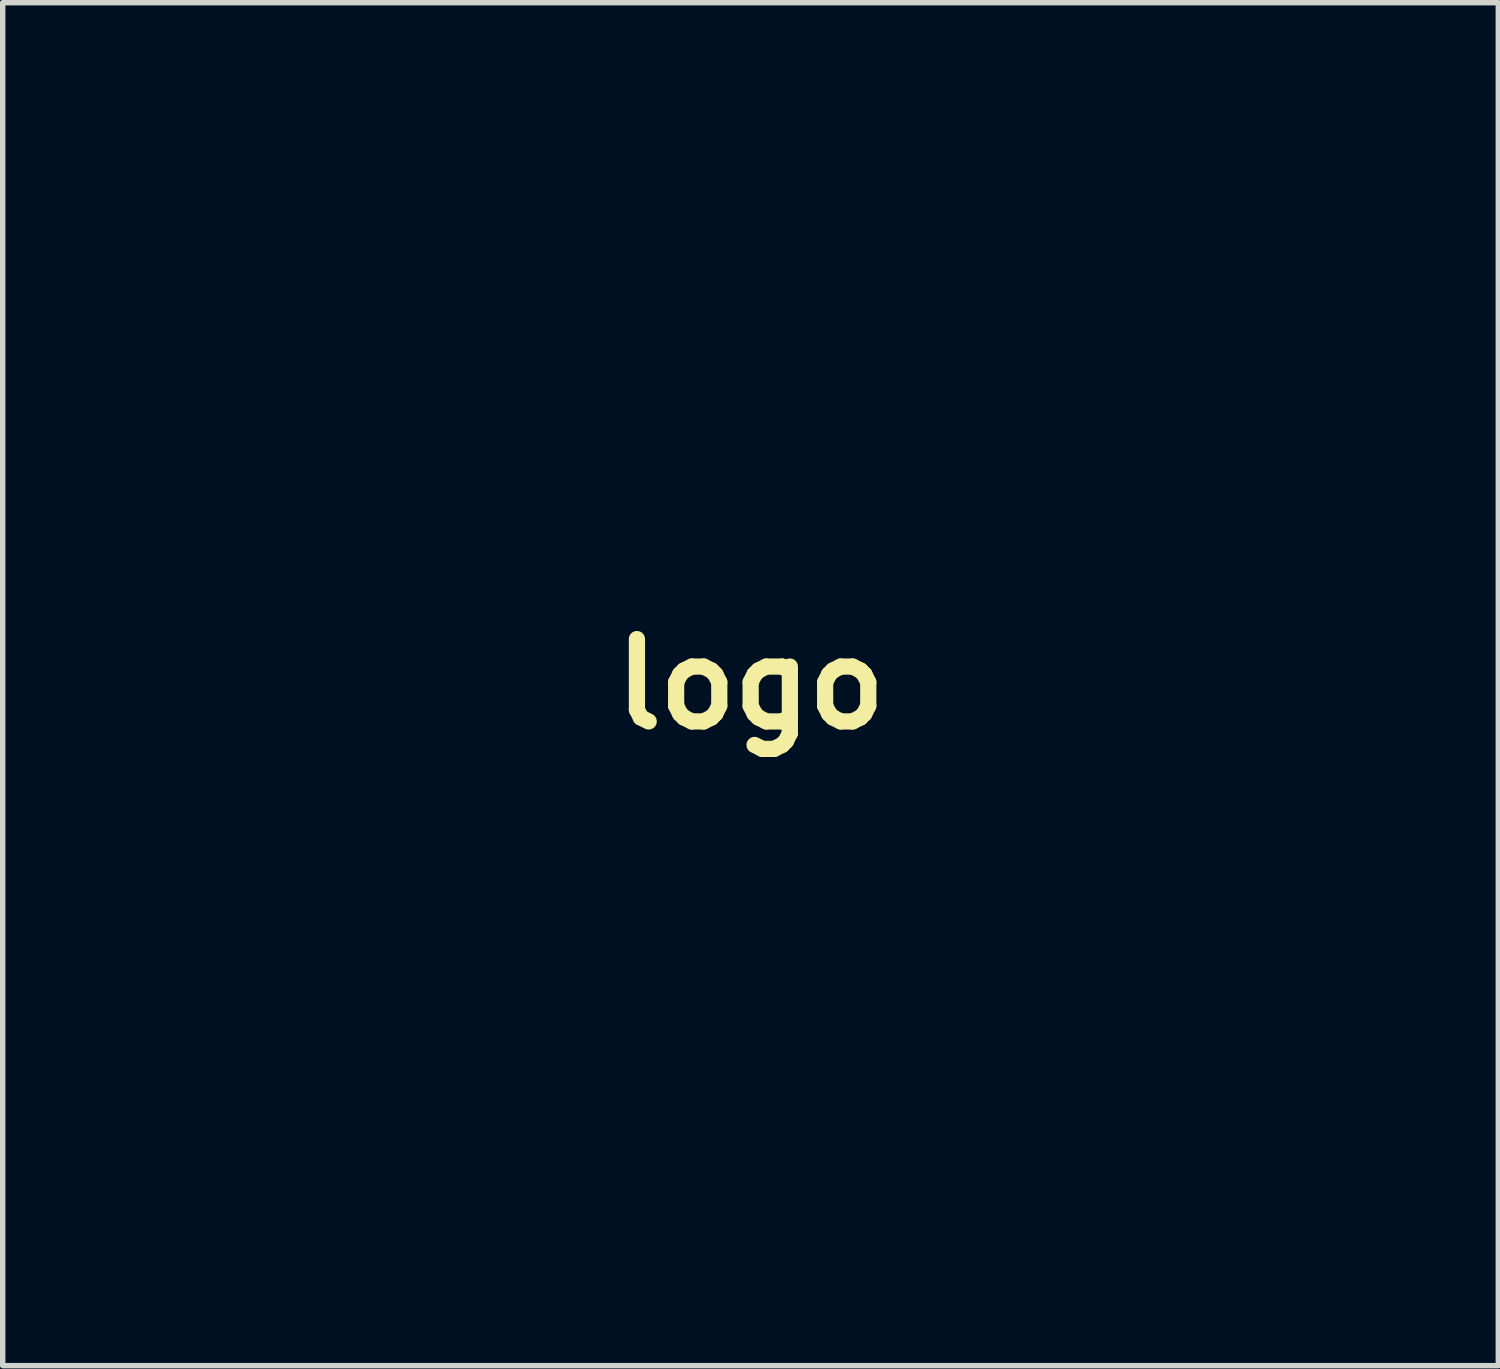
<source format=kicad_pcb>
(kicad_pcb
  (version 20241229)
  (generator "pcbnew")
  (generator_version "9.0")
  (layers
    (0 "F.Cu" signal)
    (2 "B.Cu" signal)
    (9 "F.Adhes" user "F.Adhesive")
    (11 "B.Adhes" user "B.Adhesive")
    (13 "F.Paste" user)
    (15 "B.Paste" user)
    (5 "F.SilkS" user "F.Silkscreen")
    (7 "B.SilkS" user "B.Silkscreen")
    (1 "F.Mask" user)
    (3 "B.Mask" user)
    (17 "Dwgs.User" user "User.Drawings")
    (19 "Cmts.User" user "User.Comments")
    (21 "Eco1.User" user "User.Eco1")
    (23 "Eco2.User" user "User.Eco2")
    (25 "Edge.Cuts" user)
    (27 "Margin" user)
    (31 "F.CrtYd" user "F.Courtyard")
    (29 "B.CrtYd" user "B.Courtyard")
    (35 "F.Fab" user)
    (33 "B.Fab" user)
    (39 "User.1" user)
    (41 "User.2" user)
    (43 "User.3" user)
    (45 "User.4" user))
  (footprint "logo"
    (layer "F.Cu")
    (at 10.843 9.613)
    (property "Reference" "logo" (at 0 0 0) (layer "F.SilkS") (effects (font (size 1.524 1.524) (thickness 0.3))))
    (attr through_hole)
    (fp_poly (pts (xy -8.717 4.742) (xy -8.59 4.817) (xy -8.565 4.843) (xy -8.483 4.972) (xy -8.479 5.091) (xy -8.55 5.217) (xy -8.666 5.32) (xy -8.806 5.35) (xy -8.879 5.343) (xy -8.99 5.287) (xy -9.071 5.174) (xy -9.102 5.033) (xy -9.067 4.887) (xy -8.977 4.785) (xy -8.853 4.734) (xy -8.717 4.742)) (stroke (width 0.01) (type solid)) (fill no) (layer "Eco2.User"))
    (fp_poly (pts (xy -8.604 3.764) (xy -8.514 3.88) (xy -8.472 4.004) (xy -8.488 4.104) (xy -8.554 4.206) (xy -8.672 4.295) (xy -8.817 4.32) (xy -8.958 4.278) (xy -9.017 4.233) (xy -9.085 4.115) (xy -9.102 4.007) (xy -9.067 3.864) (xy -8.979 3.763) (xy -8.858 3.71) (xy -8.726 3.709) (xy -8.604 3.764)) (stroke (width 0.01) (type solid)) (fill no) (layer "Eco2.User"))
    (fp_poly (pts (xy -6.05 4.742) (xy -5.923 4.817) (xy -5.898 4.843) (xy -5.816 4.972) (xy -5.812 5.091) (xy -5.883 5.217) (xy -5.999 5.32) (xy -6.139 5.35) (xy -6.212 5.343) (xy -6.323 5.287) (xy -6.404 5.174) (xy -6.435 5.033) (xy -6.4 4.887) (xy -6.31 4.785) (xy -6.186 4.734) (xy -6.05 4.742)) (stroke (width 0.01) (type solid)) (fill no) (layer "Eco2.User"))
    (fp_poly (pts (xy -5.937 3.764) (xy -5.847 3.88) (xy -5.805 4.004) (xy -5.821 4.104) (xy -5.887 4.206) (xy -6.005 4.295) (xy -6.15 4.32) (xy -6.291 4.278) (xy -6.35 4.233) (xy -6.418 4.115) (xy -6.435 4.007) (xy -6.4 3.864) (xy -6.312 3.763) (xy -6.191 3.71) (xy -6.059 3.709) (xy -5.937 3.764)) (stroke (width 0.01) (type solid)) (fill no) (layer "Eco2.User"))
    (fp_poly (pts (xy -6.953 -0.813) (xy -6.865 -0.749) (xy -6.787 -0.617) (xy -6.779 -0.482) (xy -6.83 -0.361) (xy -6.928 -0.267) (xy -7.06 -0.215) (xy -7.215 -0.222) (xy -7.272 -0.24) (xy -7.345 -0.307) (xy -7.403 -0.421) (xy -7.43 -0.546) (xy -7.426 -0.614) (xy -7.356 -0.741) (xy -7.237 -0.82) (xy -7.094 -0.846) (xy -6.953 -0.813)) (stroke (width 0.01) (type solid)) (fill no) (layer "Eco2.User"))
    (fp_poly (pts (xy -7.368 3.704) (xy -7.266 3.771) (xy -7.177 3.889) (xy -7.153 4.034) (xy -7.194 4.175) (xy -7.239 4.233) (xy -7.367 4.308) (xy -7.514 4.315) (xy -7.649 4.258) (xy -7.702 4.206) (xy -7.762 4.114) (xy -7.789 4.042) (xy -7.789 4.039) (xy -7.755 3.908) (xy -7.671 3.787) (xy -7.592 3.73) (xy -7.468 3.688) (xy -7.368 3.704)) (stroke (width 0.01) (type solid)) (fill no) (layer "Eco2.User"))
    (fp_poly (pts (xy -7.303 4.769) (xy -7.204 4.861) (xy -7.156 4.998) (xy -7.154 5.033) (xy -7.19 5.187) (xy -7.283 5.296) (xy -7.416 5.348) (xy -7.566 5.33) (xy -7.668 5.26) (xy -7.752 5.15) (xy -7.789 5.037) (xy -7.789 5.031) (xy -7.763 4.951) (xy -7.699 4.853) (xy -7.691 4.843) (xy -7.568 4.753) (xy -7.431 4.731) (xy -7.303 4.769)) (stroke (width 0.01) (type solid)) (fill no) (layer "Eco2.User"))
    (fp_poly (pts (xy -7.298 5.797) (xy -7.239 5.842) (xy -7.165 5.97) (xy -7.157 6.117) (xy -7.214 6.252) (xy -7.266 6.305) (xy -7.392 6.377) (xy -7.515 6.377) (xy -7.605 6.343) (xy -7.697 6.262) (xy -7.767 6.139) (xy -7.789 6.036) (xy -7.765 5.966) (xy -7.705 5.874) (xy -7.702 5.869) (xy -7.584 5.78) (xy -7.439 5.756) (xy -7.298 5.797)) (stroke (width 0.01) (type solid)) (fill no) (layer "Eco2.User"))
    (fp_poly (pts (xy -8.715 5.766) (xy -8.592 5.829) (xy -8.554 5.869) (xy -8.494 5.962) (xy -8.467 6.034) (xy -8.467 6.036) (xy -8.501 6.168) (xy -8.585 6.288) (xy -8.664 6.345) (xy -8.756 6.382) (xy -8.826 6.382) (xy -8.919 6.35) (xy -9.032 6.261) (xy -9.094 6.119) (xy -9.102 6.035) (xy -9.066 5.903) (xy -8.975 5.81) (xy -8.85 5.762) (xy -8.715 5.766)) (stroke (width 0.01) (type solid)) (fill no) (layer "Eco2.User"))
    (fp_poly (pts (xy -5.94 5.817) (xy -5.887 5.869) (xy -5.827 5.962) (xy -5.8 6.034) (xy -5.8 6.036) (xy -5.834 6.168) (xy -5.918 6.288) (xy -5.997 6.345) (xy -6.09 6.382) (xy -6.159 6.383) (xy -6.223 6.362) (xy -6.35 6.277) (xy -6.423 6.151) (xy -6.434 6.009) (xy -6.378 5.875) (xy -6.35 5.842) (xy -6.222 5.768) (xy -6.075 5.76) (xy -5.94 5.817)) (stroke (width 0.01) (type solid)) (fill no) (layer "Eco2.User"))
    (fp_poly (pts (xy -5.904 7.385) (xy -5.82 7.493) (xy -5.806 7.598) (xy -5.847 7.719) (xy -5.874 7.77) (xy -5.91 7.812) (xy -5.963 7.845) (xy -6.041 7.87) (xy -6.154 7.888) (xy -6.31 7.901) (xy -6.517 7.909) (xy -6.783 7.914) (xy -7.118 7.916) (xy -7.497 7.916) (xy -8.894 7.916) (xy -8.998 7.812) (xy -9.084 7.677) (xy -9.094 7.532) (xy -9.028 7.399) (xy -9.004 7.373) (xy -8.975 7.349) (xy -8.943 7.329) (xy -8.897 7.313) (xy -8.829 7.302) (xy -8.729 7.293) (xy -8.59 7.288) (xy -8.402 7.284) (xy -8.155 7.282) (xy -7.842 7.281) (xy -7.457 7.281) (xy -6.007 7.281) (xy -5.904 7.385)) (stroke (width 0.01) (type solid)) (fill no) (layer "Eco2.User"))
    (fp_poly (pts (xy 8.24 7.39) (xy 8.315 7.485) (xy 8.33 7.582) (xy 8.323 7.633) (xy 8.277 7.754) (xy 8.208 7.842) (xy 8.191 7.854) (xy 8.165 7.864) (xy 8.125 7.873) (xy 8.068 7.88) (xy 7.987 7.887) (xy 7.88 7.893) (xy 7.741 7.898) (xy 7.566 7.903) (xy 7.349 7.906) (xy 7.088 7.909) (xy 6.776 7.911) (xy 6.409 7.913) (xy 5.984 7.914) (xy 5.494 7.915) (xy 4.936 7.916) (xy 4.305 7.916) (xy 3.597 7.916) (xy 3.168 7.916) (xy -1.782 7.916) (xy -1.886 7.812) (xy -1.973 7.678) (xy -1.976 7.534) (xy -1.902 7.393) (xy -1.814 7.281) (xy 8.132 7.281) (xy 8.24 7.39)) (stroke (width 0.01) (type solid)) (fill no) (layer "Eco2.User"))
    (fp_poly (pts (xy -4.126 0.443) (xy -4.038 0.58) (xy -4.026 0.724) (xy -4.086 0.855) (xy -4.212 0.956) (xy -4.25 0.972) (xy -4.329 0.986) (xy -4.479 0.997) (xy -4.687 1.006) (xy -4.941 1.012) (xy -5.228 1.016) (xy -5.536 1.018) (xy -5.852 1.017) (xy -6.164 1.014) (xy -6.459 1.009) (xy -6.724 1.002) (xy -6.948 0.992) (xy -7.117 0.981) (xy -7.219 0.967) (xy -7.239 0.961) (xy -7.361 0.86) (xy -7.421 0.722) (xy -7.409 0.574) (xy -7.407 0.568) (xy -7.384 0.51) (xy -7.358 0.463) (xy -7.32 0.425) (xy -7.263 0.397) (xy -7.177 0.375) (xy -7.054 0.36) (xy -6.887 0.35) (xy -6.666 0.344) (xy -6.383 0.341) (xy -6.03 0.34) (xy -5.724 0.34) (xy -4.229 0.339) (xy -4.126 0.443)) (stroke (width 0.01) (type solid)) (fill no) (layer "Eco2.User"))
    (fp_poly (pts (xy -3.715 3.312) (xy -3.536 3.347) (xy -3.499 3.36) (xy -3.261 3.503) (xy -3.065 3.707) (xy -2.923 3.954) (xy -2.847 4.225) (xy -2.837 4.36) (xy -2.875 4.645) (xy -2.982 4.897) (xy -3.147 5.108) (xy -3.356 5.27) (xy -3.599 5.376) (xy -3.863 5.418) (xy -4.138 5.39) (xy -4.339 5.319) (xy -4.57 5.172) (xy -4.763 4.971) (xy -4.89 4.756) (xy -4.938 4.566) (xy -4.946 4.424) (xy -4.313 4.424) (xy -4.26 4.568) (xy -4.14 4.695) (xy -4.114 4.713) (xy -3.96 4.765) (xy -3.792 4.75) (xy -3.639 4.673) (xy -3.616 4.653) (xy -3.518 4.512) (xy -3.485 4.349) (xy -3.516 4.19) (xy -3.606 4.056) (xy -3.687 3.999) (xy -3.86 3.945) (xy -4.017 3.961) (xy -4.15 4.031) (xy -4.249 4.141) (xy -4.306 4.277) (xy -4.313 4.424) (xy -4.946 4.424) (xy -4.951 4.338) (xy -4.929 4.11) (xy -4.875 3.921) (xy -4.872 3.916) (xy -4.754 3.73) (xy -4.586 3.553) (xy -4.399 3.413) (xy -4.309 3.368) (xy -4.139 3.323) (xy -3.929 3.305) (xy -3.715 3.312)) (stroke (width 0.01) (type solid)) (fill no) (layer "Eco2.User"))
    (fp_poly (pts (xy -3.534 6.035) (xy -3.299 6.157) (xy -3.1 6.332) (xy -2.949 6.555) (xy -2.859 6.816) (xy -2.838 7.027) (xy -2.877 7.304) (xy -2.988 7.564) (xy -3.159 7.791) (xy -3.378 7.966) (xy -3.499 8.027) (xy -3.675 8.071) (xy -3.892 8.084) (xy -4.114 8.066) (xy -4.304 8.02) (xy -4.339 8.005) (xy -4.525 7.887) (xy -4.702 7.719) (xy -4.842 7.532) (xy -4.887 7.441) (xy -4.937 7.249) (xy -4.947 7.076) (xy -4.312 7.076) (xy -4.272 7.221) (xy -4.183 7.34) (xy -4.054 7.419) (xy -3.897 7.446) (xy -3.722 7.406) (xy -3.687 7.389) (xy -3.558 7.284) (xy -3.493 7.147) (xy -3.486 6.996) (xy -3.532 6.851) (xy -3.627 6.729) (xy -3.764 6.649) (xy -3.901 6.627) (xy -4.031 6.641) (xy -4.129 6.698) (xy -4.195 6.764) (xy -4.29 6.92) (xy -4.312 7.076) (xy -4.947 7.076) (xy -4.951 7.017) (xy -4.928 6.785) (xy -4.904 6.683) (xy -4.807 6.482) (xy -4.649 6.29) (xy -4.453 6.131) (xy -4.342 6.069) (xy -4.067 5.984) (xy -3.794 5.975) (xy -3.534 6.035)) (stroke (width 0.01) (type solid)) (fill no) (layer "Eco2.User"))
    (fp_poly (pts (xy 6.966 3.312) (xy 7.248 3.37) (xy 7.292 3.386) (xy 7.547 3.519) (xy 7.79 3.713) (xy 7.995 3.945) (xy 8.116 4.141) (xy 8.173 4.268) (xy 8.208 4.382) (xy 8.227 4.512) (xy 8.233 4.685) (xy 8.234 4.784) (xy 8.231 4.985) (xy 8.218 5.131) (xy 8.191 5.249) (xy 8.144 5.367) (xy 8.116 5.427) (xy 7.962 5.665) (xy 7.754 5.887) (xy 7.517 6.068) (xy 7.301 6.178) (xy 7.036 6.244) (xy 6.742 6.264) (xy 6.455 6.237) (xy 6.249 6.181) (xy 5.982 6.05) (xy 5.755 5.887) (xy 5.617 5.742) (xy 5.43 5.434) (xy 5.32 5.11) (xy 5.292 4.861) (xy 5.937 4.861) (xy 5.983 5.079) (xy 6.083 5.279) (xy 6.238 5.445) (xy 6.449 5.564) (xy 6.462 5.569) (xy 6.702 5.623) (xy 6.93 5.603) (xy 7.147 5.52) (xy 7.354 5.375) (xy 7.499 5.188) (xy 7.582 4.973) (xy 7.603 4.745) (xy 7.562 4.52) (xy 7.458 4.313) (xy 7.292 4.138) (xy 7.147 4.047) (xy 6.936 3.963) (xy 6.743 3.941) (xy 6.53 3.976) (xy 6.51 3.981) (xy 6.29 4.081) (xy 6.122 4.233) (xy 6.007 4.423) (xy 5.946 4.637) (xy 5.937 4.861) (xy 5.292 4.861) (xy 5.283 4.78) (xy 5.317 4.457) (xy 5.42 4.149) (xy 5.59 3.869) (xy 5.824 3.628) (xy 6.105 3.444) (xy 6.364 3.351) (xy 6.661 3.306) (xy 6.966 3.312)) (stroke (width 0.01) (type solid)) (fill no) (layer "Eco2.User"))
    (fp_poly (pts (xy -0.282 3.326) (xy -0.137 3.337) (xy -0.026 3.36) (xy 0.077 3.4) (xy 0.153 3.438) (xy 0.457 3.635) (xy 0.689 3.872) (xy 0.858 4.16) (xy 0.959 4.462) (xy 1 4.797) (xy 0.962 5.125) (xy 0.851 5.435) (xy 0.671 5.714) (xy 0.428 5.951) (xy 0.204 6.097) (xy 0.055 6.171) (xy -0.073 6.216) (xy -0.214 6.24) (xy -0.402 6.251) (xy -0.423 6.252) (xy -0.703 6.248) (xy -0.922 6.217) (xy -0.974 6.202) (xy -1.247 6.072) (xy -1.498 5.874) (xy -1.711 5.624) (xy -1.871 5.34) (xy -1.932 5.173) (xy -1.984 4.849) (xy -1.979 4.784) (xy -1.326 4.784) (xy -1.298 5.026) (xy -1.207 5.227) (xy -1.067 5.39) (xy -0.856 5.535) (xy -0.616 5.607) (xy -0.363 5.604) (xy -0.112 5.523) (xy -0.098 5.516) (xy 0.025 5.429) (xy 0.148 5.306) (xy 0.191 5.253) (xy 0.261 5.141) (xy 0.3 5.039) (xy 0.315 4.911) (xy 0.318 4.784) (xy 0.313 4.616) (xy 0.291 4.499) (xy 0.245 4.397) (xy 0.191 4.315) (xy 0.01 4.125) (xy -0.206 4.003) (xy -0.442 3.951) (xy -0.683 3.971) (xy -0.913 4.065) (xy -1.04 4.157) (xy -1.205 4.337) (xy -1.296 4.534) (xy -1.326 4.772) (xy -1.326 4.784) (xy -1.979 4.784) (xy -1.958 4.524) (xy -1.862 4.21) (xy -1.701 3.922) (xy -1.48 3.672) (xy -1.207 3.475) (xy -1.155 3.447) (xy -1.033 3.389) (xy -0.926 3.353) (xy -0.808 3.333) (xy -0.654 3.325) (xy -0.487 3.324) (xy -0.282 3.326)) (stroke (width 0.01) (type solid)) (fill no) (layer "Eco2.User"))
    (fp_poly (pts (xy 3.538 3.354) (xy 3.774 3.436) (xy 4.044 3.604) (xy 4.284 3.836) (xy 4.473 4.112) (xy 4.481 4.126) (xy 4.532 4.232) (xy 4.565 4.331) (xy 4.584 4.446) (xy 4.592 4.601) (xy 4.593 4.784) (xy 4.591 4.992) (xy 4.582 5.14) (xy 4.562 5.251) (xy 4.526 5.349) (xy 4.48 5.442) (xy 4.3 5.709) (xy 4.067 5.941) (xy 3.805 6.115) (xy 3.768 6.134) (xy 3.512 6.218) (xy 3.219 6.258) (xy 2.923 6.252) (xy 2.654 6.199) (xy 2.593 6.178) (xy 2.361 6.052) (xy 2.132 5.868) (xy 1.933 5.65) (xy 1.79 5.427) (xy 1.733 5.299) (xy 1.698 5.185) (xy 1.679 5.055) (xy 1.673 4.882) (xy 1.672 4.799) (xy 2.295 4.799) (xy 2.326 5.03) (xy 2.404 5.2) (xy 2.534 5.367) (xy 2.69 5.504) (xy 2.845 5.585) (xy 3.086 5.621) (xy 3.333 5.595) (xy 3.556 5.512) (xy 3.61 5.478) (xy 3.797 5.303) (xy 3.917 5.093) (xy 3.972 4.864) (xy 3.963 4.631) (xy 3.892 4.409) (xy 3.761 4.213) (xy 3.57 4.057) (xy 3.462 4.003) (xy 3.215 3.94) (xy 2.977 3.952) (xy 2.759 4.03) (xy 2.571 4.163) (xy 2.424 4.342) (xy 2.328 4.557) (xy 2.295 4.799) (xy 1.672 4.799) (xy 1.672 4.784) (xy 1.675 4.582) (xy 1.688 4.436) (xy 1.715 4.319) (xy 1.762 4.201) (xy 1.79 4.141) (xy 1.949 3.895) (xy 2.164 3.669) (xy 2.412 3.486) (xy 2.614 3.386) (xy 2.905 3.316) (xy 3.223 3.306) (xy 3.538 3.354)) (stroke (width 0.01) (type solid)) (fill no) (layer "Eco2.User"))
    (fp_poly (pts (xy -10.323 -4.364) (xy -10.223 -4.283) (xy -10.202 2.201) (xy -10.181 8.685) (xy -10.023 8.83) (xy -9.865 8.975) (xy 9.852 8.975) (xy 9.965 8.886) (xy 10.027 8.835) (xy 10.078 8.783) (xy 10.118 8.721) (xy 10.148 8.64) (xy 10.17 8.531) (xy 10.185 8.384) (xy 10.195 8.191) (xy 10.2 7.942) (xy 10.202 7.627) (xy 10.202 7.237) (xy 10.202 7.202) (xy 10.203 6.869) (xy 10.206 6.562) (xy 10.209 6.29) (xy 10.214 6.065) (xy 10.22 5.898) (xy 10.226 5.799) (xy 10.23 5.777) (xy 10.301 5.695) (xy 10.421 5.64) (xy 10.556 5.624) (xy 10.627 5.637) (xy 10.682 5.659) (xy 10.727 5.687) (xy 10.762 5.731) (xy 10.789 5.798) (xy 10.809 5.896) (xy 10.822 6.034) (xy 10.83 6.221) (xy 10.833 6.464) (xy 10.833 6.771) (xy 10.83 7.152) (xy 10.829 7.325) (xy 10.816 8.784) (xy 10.691 9.01) (xy 10.593 9.159) (xy 10.477 9.296) (xy 10.409 9.359) (xy 10.377 9.386) (xy 10.351 9.411) (xy 10.325 9.435) (xy 10.299 9.456) (xy 10.267 9.475) (xy 10.228 9.493) (xy 10.177 9.509) (xy 10.112 9.524) (xy 10.03 9.537) (xy 9.926 9.549) (xy 9.798 9.559) (xy 9.643 9.568) (xy 9.458 9.576) (xy 9.239 9.583) (xy 8.982 9.589) (xy 8.686 9.594) (xy 8.346 9.598) (xy 7.959 9.601) (xy 7.522 9.603) (xy 7.032 9.605) (xy 6.486 9.607) (xy 5.88 9.608) (xy 5.211 9.608) (xy 4.477 9.608) (xy 3.672 9.608) (xy 2.796 9.608) (xy 1.843 9.607) (xy 0.811 9.607) (xy -0.016 9.606) (xy -1.165 9.606) (xy -2.231 9.605) (xy -3.218 9.604) (xy -4.127 9.603) (xy -4.96 9.602) (xy -5.721 9.6) (xy -6.412 9.599) (xy -7.034 9.597) (xy -7.591 9.594) (xy -8.084 9.592) (xy -8.516 9.589) (xy -8.89 9.585) (xy -9.208 9.582) (xy -9.471 9.578) (xy -9.683 9.573) (xy -9.846 9.569) (xy -9.963 9.564) (xy -10.034 9.558) (xy -10.062 9.554) (xy -10.317 9.418) (xy -10.54 9.221) (xy -10.689 9.014) (xy -10.816 8.784) (xy -10.827 2.274) (xy -10.838 -4.236) (xy -10.734 -4.341) (xy -10.598 -4.428) (xy -10.454 -4.433) (xy -10.323 -4.364)) (stroke (width 0.01) (type solid)) (fill no) (layer "Eco2.User"))
    (fp_poly (pts (xy 5.385 -9.608) (xy 6.037 -9.607) (xy 6.628 -9.606) (xy 7.16 -9.605) (xy 7.636 -9.603) (xy 8.06 -9.6) (xy 8.435 -9.597) (xy 8.764 -9.593) (xy 9.05 -9.587) (xy 9.297 -9.581) (xy 9.507 -9.574) (xy 9.685 -9.566) (xy 9.833 -9.557) (xy 9.954 -9.546) (xy 10.052 -9.534) (xy 10.13 -9.52) (xy 10.191 -9.505) (xy 10.239 -9.489) (xy 10.276 -9.471) (xy 10.306 -9.451) (xy 10.332 -9.429) (xy 10.357 -9.405) (xy 10.385 -9.38) (xy 10.409 -9.359) (xy 10.52 -9.249) (xy 10.633 -9.103) (xy 10.691 -9.01) (xy 10.816 -8.784) (xy 10.828 -2.117) (xy 10.829 -1.18) (xy 10.83 -0.326) (xy 10.831 0.449) (xy 10.831 1.149) (xy 10.83 1.775) (xy 10.829 2.33) (xy 10.827 2.819) (xy 10.825 3.242) (xy 10.822 3.604) (xy 10.819 3.907) (xy 10.815 4.153) (xy 10.81 4.347) (xy 10.805 4.49) (xy 10.799 4.585) (xy 10.793 4.636) (xy 10.79 4.644) (xy 10.692 4.747) (xy 10.552 4.79) (xy 10.397 4.767) (xy 10.386 4.762) (xy 10.288 4.704) (xy 10.23 4.638) (xy 10.23 4.637) (xy 10.227 4.587) (xy 10.224 4.457) (xy 10.221 4.252) (xy 10.218 3.976) (xy 10.216 3.634) (xy 10.213 3.23) (xy 10.211 2.769) (xy 10.209 2.256) (xy 10.207 1.695) (xy 10.206 1.091) (xy 10.204 0.449) (xy 10.203 -0.227) (xy 10.203 -0.933) (xy 10.202 -1.663) (xy 10.202 -1.995) (xy 10.202 -2.877) (xy 10.203 -3.679) (xy 10.203 -4.404) (xy 10.202 -5.055) (xy 10.202 -5.639) (xy 10.201 -6.157) (xy 10.199 -6.614) (xy 10.196 -7.014) (xy 10.193 -7.362) (xy 10.189 -7.66) (xy 10.183 -7.914) (xy 10.176 -8.126) (xy 10.167 -8.301) (xy 10.157 -8.443) (xy 10.146 -8.555) (xy 10.132 -8.643) (xy 10.116 -8.709) (xy 10.099 -8.758) (xy 10.078 -8.793) (xy 10.056 -8.819) (xy 10.031 -8.84) (xy 10.003 -8.859) (xy 9.973 -8.88) (xy 9.965 -8.886) (xy 9.852 -8.975) (xy -9.865 -8.975) (xy -10.023 -8.83) (xy -10.181 -8.685) (xy -10.202 -7.056) (xy -10.208 -6.64) (xy -10.213 -6.301) (xy -10.219 -6.03) (xy -10.225 -5.818) (xy -10.232 -5.658) (xy -10.241 -5.541) (xy -10.252 -5.459) (xy -10.266 -5.403) (xy -10.283 -5.366) (xy -10.304 -5.339) (xy -10.304 -5.338) (xy -10.425 -5.261) (xy -10.565 -5.252) (xy -10.697 -5.31) (xy -10.751 -5.363) (xy -10.774 -5.394) (xy -10.792 -5.428) (xy -10.807 -5.475) (xy -10.818 -5.542) (xy -10.826 -5.639) (xy -10.831 -5.772) (xy -10.833 -5.952) (xy -10.834 -6.185) (xy -10.833 -6.481) (xy -10.831 -6.847) (xy -10.829 -7.131) (xy -10.816 -8.784) (xy -10.689 -9.014) (xy -10.517 -9.247) (xy -10.289 -9.438) (xy -10.062 -9.554) (xy -10.025 -9.559) (xy -9.946 -9.565) (xy -9.822 -9.57) (xy -9.651 -9.574) (xy -9.431 -9.578) (xy -9.159 -9.582) (xy -8.832 -9.586) (xy -8.448 -9.589) (xy -8.006 -9.592) (xy -7.502 -9.595) (xy -6.935 -9.597) (xy -6.301 -9.599) (xy -5.599 -9.601) (xy -4.826 -9.602) (xy -3.98 -9.604) (xy -3.059 -9.605) (xy -2.059 -9.605) (xy -0.979 -9.606) (xy -0.016 -9.606) (xy 1.077 -9.607) (xy 2.089 -9.607) (xy 3.022 -9.608) (xy 3.88 -9.608) (xy 4.667 -9.608) (xy 5.385 -9.608)) (stroke (width 0.01) (type solid)) (fill no) (layer "Eco2.User"))
    (fp_poly (pts (xy 8.99 -7.786) (xy 9.102 -7.699) (xy 9.102 2.398) (xy 9.004 2.49) (xy 8.978 2.513) (xy 8.948 2.532) (xy 8.906 2.547) (xy 8.844 2.559) (xy 8.753 2.567) (xy 8.626 2.574) (xy 8.454 2.578) (xy 8.229 2.58) (xy 7.944 2.582) (xy 7.589 2.582) (xy 7.202 2.582) (xy 6.76 2.581) (xy 6.372 2.578) (xy 6.042 2.573) (xy 5.776 2.567) (xy 5.579 2.558) (xy 5.457 2.548) (xy 5.419 2.54) (xy 5.353 2.473) (xy 5.297 2.365) (xy 5.292 2.352) (xy 5.271 2.189) (xy 5.326 2.061) (xy 5.417 1.991) (xy 5.483 1.978) (xy 5.629 1.968) (xy 5.85 1.959) (xy 6.142 1.953) (xy 6.499 1.949) (xy 6.916 1.947) (xy 6.982 1.947) (xy 8.467 1.947) (xy 8.467 -3.344) (xy 7.501 -3.344) (xy 7.14 -3.346) (xy 6.851 -3.351) (xy 6.623 -3.365) (xy 6.443 -3.388) (xy 6.298 -3.425) (xy 6.178 -3.479) (xy 6.068 -3.552) (xy 5.958 -3.647) (xy 5.859 -3.743) (xy 5.76 -3.844) (xy 5.686 -3.929) (xy 5.627 -4.015) (xy 5.576 -4.119) (xy 5.522 -4.259) (xy 5.458 -4.451) (xy 5.406 -4.617) (xy 5.296 -4.94) (xy 5.196 -5.196) (xy 5.106 -5.381) (xy 5.03 -5.491) (xy 4.972 -5.522) (xy 4.916 -5.482) (xy 4.84 -5.381) (xy 4.758 -5.236) (xy 4.678 -5.064) (xy 4.654 -5.002) (xy 4.62 -4.899) (xy 4.57 -4.727) (xy 4.507 -4.499) (xy 4.434 -4.227) (xy 4.355 -3.924) (xy 4.273 -3.603) (xy 4.255 -3.535) (xy 4.152 -3.126) (xy 4.064 -2.789) (xy 3.989 -2.514) (xy 3.924 -2.291) (xy 3.864 -2.108) (xy 3.806 -1.956) (xy 3.748 -1.824) (xy 3.686 -1.702) (xy 3.641 -1.622) (xy 3.484 -1.398) (xy 3.308 -1.251) (xy 3.102 -1.171) (xy 2.97 -1.153) (xy 2.793 -1.157) (xy 2.634 -1.194) (xy 2.49 -1.271) (xy 2.358 -1.393) (xy 2.234 -1.566) (xy 2.116 -1.795) (xy 1.999 -2.086) (xy 1.881 -2.444) (xy 1.758 -2.875) (xy 1.628 -3.384) (xy 1.622 -3.408) (xy 1.518 -3.826) (xy 1.43 -4.171) (xy 1.355 -4.454) (xy 1.29 -4.683) (xy 1.232 -4.868) (xy 1.178 -5.02) (xy 1.126 -5.148) (xy 1.077 -5.252) (xy 0.99 -5.412) (xy 0.921 -5.496) (xy 0.859 -5.51) (xy 0.793 -5.457) (xy 0.745 -5.39) (xy 0.692 -5.303) (xy 0.642 -5.203) (xy 0.591 -5.08) (xy 0.537 -4.925) (xy 0.477 -4.73) (xy 0.408 -4.485) (xy 0.327 -4.182) (xy 0.232 -3.813) (xy 0.151 -3.493) (xy 0.033 -3.033) (xy -0.071 -2.648) (xy -0.165 -2.329) (xy -0.251 -2.069) (xy -0.334 -1.857) (xy -0.414 -1.687) (xy -0.497 -1.55) (xy -0.577 -1.444) (xy -0.744 -1.279) (xy -0.911 -1.183) (xy -1.102 -1.145) (xy -1.167 -1.143) (xy -1.376 -1.17) (xy -1.563 -1.256) (xy -1.732 -1.405) (xy -1.887 -1.621) (xy -2.032 -1.912) (xy -2.171 -2.28) (xy -2.204 -2.379) (xy -2.296 -2.655) (xy -2.374 -2.861) (xy -2.445 -3.011) (xy -2.517 -3.118) (xy -2.596 -3.195) (xy -2.681 -3.25) (xy -2.713 -3.264) (xy -2.756 -3.277) (xy -2.815 -3.288) (xy -2.898 -3.297) (xy -3.011 -3.305) (xy -3.159 -3.311) (xy -3.349 -3.316) (xy -3.587 -3.321) (xy -3.879 -3.325) (xy -4.232 -3.328) (xy -4.652 -3.33) (xy -5.145 -3.333) (xy -5.641 -3.335) (xy -8.467 -3.347) (xy -8.467 1.947) (xy -2.114 1.947) (xy -1.116 1.948) (xy -0.202 1.948) (xy 0.627 1.95) (xy 1.372 1.952) (xy 2.032 1.955) (xy 2.609 1.958) (xy 3.102 1.961) (xy 3.511 1.966) (xy 3.837 1.971) (xy 4.079 1.976) (xy 4.238 1.982) (xy 4.314 1.989) (xy 4.32 1.991) (xy 4.431 2.09) (xy 4.467 2.227) (xy 4.444 2.352) (xy 4.391 2.462) (xy 4.325 2.536) (xy 4.317 2.54) (xy 4.263 2.547) (xy 4.125 2.552) (xy 3.905 2.557) (xy 3.603 2.562) (xy 3.22 2.567) (xy 2.758 2.57) (xy 2.217 2.574) (xy 1.599 2.576) (xy 0.904 2.579) (xy 0.133 2.58) (xy -0.712 2.582) (xy -1.63 2.582) (xy -2.339 2.582) (xy -8.918 2.582) (xy -9.01 2.484) (xy -9.102 2.386) (xy -9.102 -7.197) (xy -8.467 -7.197) (xy -8.467 -3.979) (xy -5.62 -3.979) (xy -5.006 -3.978) (xy -4.455 -3.976) (xy -3.97 -3.973) (xy -3.554 -3.969) (xy -3.21 -3.963) (xy -2.941 -3.956) (xy -2.75 -3.948) (xy -2.639 -3.94) (xy -2.617 -3.936) (xy -2.42 -3.853) (xy -2.211 -3.719) (xy -2.022 -3.557) (xy -1.923 -3.444) (xy -1.837 -3.298) (xy -1.738 -3.07) (xy -1.627 -2.764) (xy -1.589 -2.648) (xy -1.495 -2.372) (xy -1.407 -2.146) (xy -1.332 -1.982) (xy -1.279 -1.898) (xy -1.169 -1.767) (xy -1.072 -1.889) (xy -1.012 -1.986) (xy -0.939 -2.135) (xy -0.867 -2.309) (xy -0.849 -2.357) (xy -0.796 -2.518) (xy -0.731 -2.739) (xy -0.66 -2.997) (xy -0.59 -3.269) (xy -0.548 -3.437) (xy -0.424 -3.949) (xy -0.312 -4.385) (xy -0.211 -4.752) (xy -0.117 -5.058) (xy -0.028 -5.311) (xy 0.058 -5.517) (xy 0.144 -5.685) (xy 0.233 -5.82) (xy 0.296 -5.898) (xy 0.465 -6.059) (xy 0.639 -6.149) (xy 0.84 -6.18) (xy 0.868 -6.181) (xy 1.071 -6.157) (xy 1.245 -6.076) (xy 1.417 -5.928) (xy 1.424 -5.92) (xy 1.522 -5.803) (xy 1.613 -5.665) (xy 1.7 -5.497) (xy 1.786 -5.292) (xy 1.874 -5.04) (xy 1.966 -4.734) (xy 2.067 -4.365) (xy 2.178 -3.926) (xy 2.242 -3.662) (xy 2.363 -3.177) (xy 2.472 -2.773) (xy 2.57 -2.445) (xy 2.66 -2.19) (xy 2.742 -2.004) (xy 2.818 -1.884) (xy 2.889 -1.827) (xy 2.921 -1.82) (xy 2.996 -1.862) (xy 3.081 -1.984) (xy 3.174 -2.184) (xy 3.276 -2.458) (xy 3.384 -2.803) (xy 3.498 -3.216) (xy 3.616 -3.695) (xy 3.618 -3.704) (xy 3.716 -4.117) (xy 3.802 -4.459) (xy 3.877 -4.74) (xy 3.947 -4.973) (xy 4.013 -5.17) (xy 4.08 -5.341) (xy 4.129 -5.453) (xy 4.287 -5.746) (xy 4.454 -5.96) (xy 4.637 -6.1) (xy 4.841 -6.17) (xy 4.974 -6.181) (xy 5.174 -6.156) (xy 5.353 -6.079) (xy 5.514 -5.944) (xy 5.662 -5.746) (xy 5.802 -5.477) (xy 5.938 -5.134) (xy 6.033 -4.848) (xy 6.129 -4.568) (xy 6.223 -4.359) (xy 6.322 -4.21) (xy 6.437 -4.108) (xy 6.576 -4.042) (xy 6.627 -4.026) (xy 6.726 -4.011) (xy 6.893 -3.998) (xy 7.116 -3.988) (xy 7.378 -3.982) (xy 7.631 -3.98) (xy 8.467 -3.979) (xy 8.467 -7.197) (xy -8.467 -7.197) (xy -9.102 -7.197) (xy -9.102 -7.699) (xy -8.99 -7.786) (xy -8.879 -7.874) (xy 8.879 -7.874) (xy 8.99 -7.786)) (stroke (width 0.01) (type solid)) (fill no) (layer "Eco2.User")))
  (gr_rect
    (start -3 -3)
    (end 24.681 22.226)
    (stroke (width 0.1) (type default))
    (fill no)
    (layer "Edge.Cuts")))
</source>
